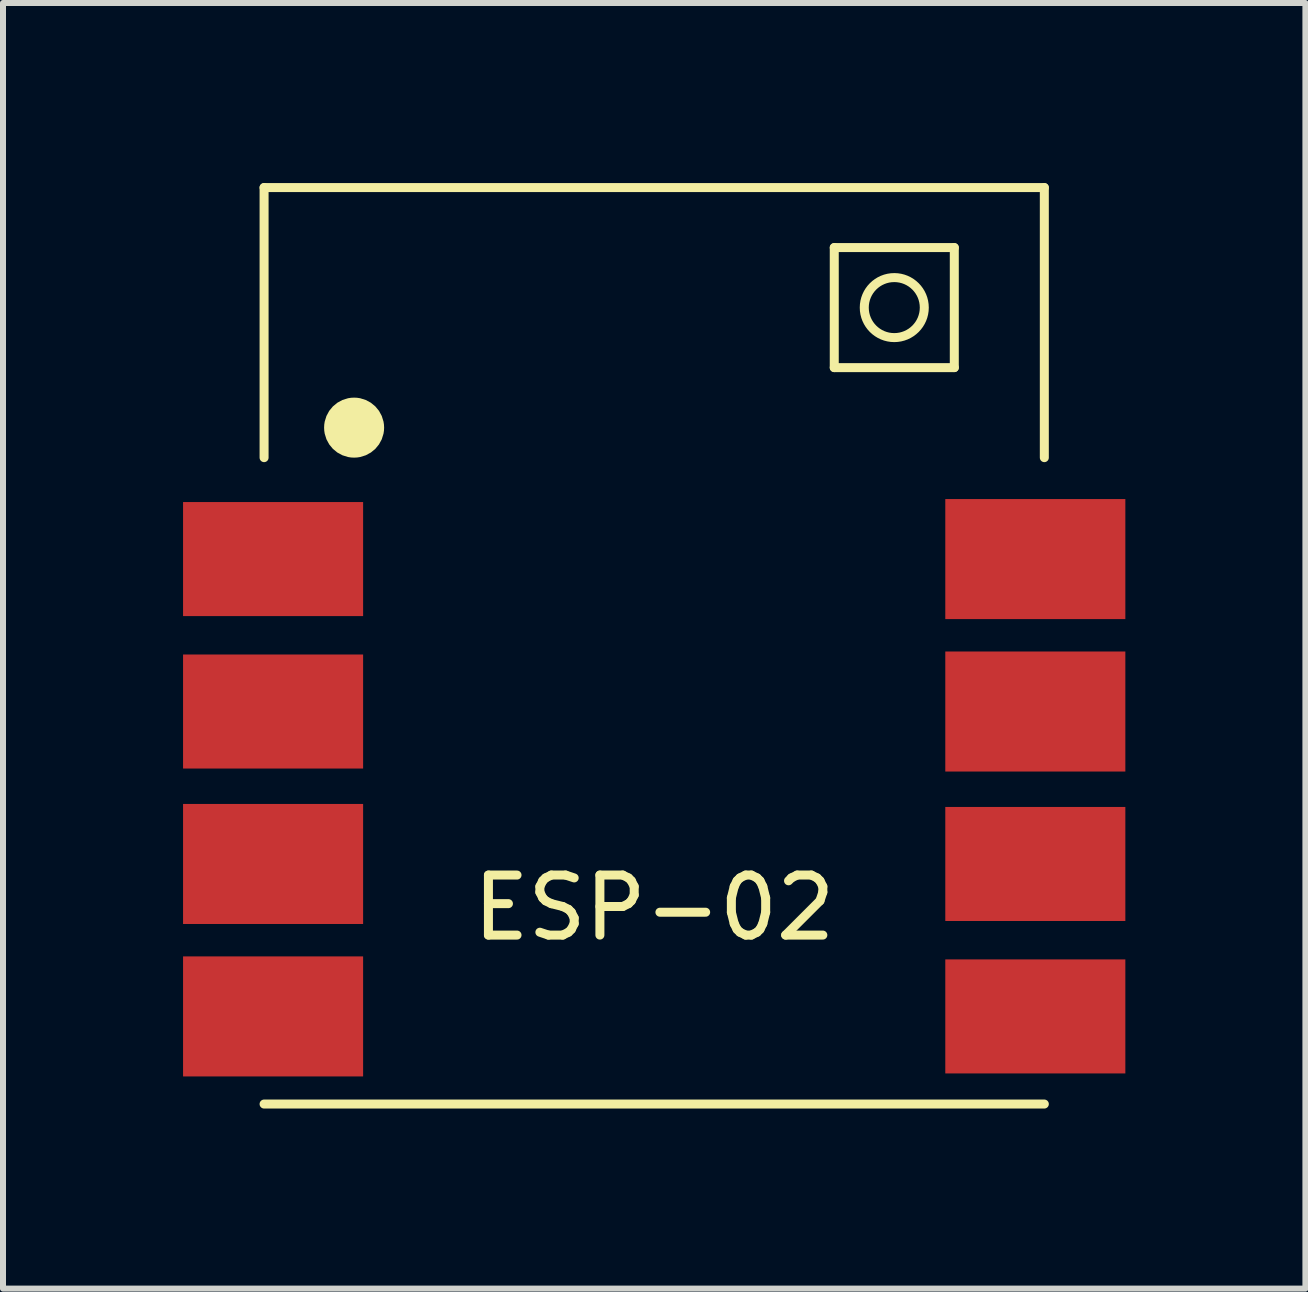
<source format=kicad_pcb>
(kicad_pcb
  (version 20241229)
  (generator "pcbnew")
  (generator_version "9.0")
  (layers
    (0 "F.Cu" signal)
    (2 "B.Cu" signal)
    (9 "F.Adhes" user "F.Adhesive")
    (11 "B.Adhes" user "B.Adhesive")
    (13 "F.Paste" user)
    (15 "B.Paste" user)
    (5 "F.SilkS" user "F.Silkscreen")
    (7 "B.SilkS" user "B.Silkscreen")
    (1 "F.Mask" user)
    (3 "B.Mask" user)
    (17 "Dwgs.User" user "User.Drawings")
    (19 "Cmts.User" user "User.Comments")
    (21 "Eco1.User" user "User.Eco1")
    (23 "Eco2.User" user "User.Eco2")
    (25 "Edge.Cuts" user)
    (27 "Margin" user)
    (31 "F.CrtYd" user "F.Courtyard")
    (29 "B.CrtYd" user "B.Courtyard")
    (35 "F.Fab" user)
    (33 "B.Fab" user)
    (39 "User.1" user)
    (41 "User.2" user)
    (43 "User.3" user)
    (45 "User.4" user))
  (footprint "ESP-02"
    (layer "F.Cu")
    (at 7.85 10.075)
    (property "Reference" "ESP-02" (at 0 2 0) (layer "F.SilkS") (effects (font (size 1 1) (thickness 0.15))))
    (attr through_hole)
    (fp_line (start -6.5 -10) (end -6.5 -5.5) (stroke (width 0.15) (type solid)) (layer "F.SilkS"))
    (fp_line (start -6.5 -10) (end 6.5 -10) (stroke (width 0.15) (type solid)) (layer "F.SilkS"))
    (fp_line (start -6.5 5.27) (end 6.5 5.27) (stroke (width 0.15) (type solid)) (layer "F.SilkS"))
    (fp_line (start 3 -9) (end 3 -7) (stroke (width 0.15) (type solid)) (layer "F.SilkS"))
    (fp_line (start 3 -7) (end 5 -7) (stroke (width 0.15) (type solid)) (layer "F.SilkS"))
    (fp_line (start 5 -9) (end 3 -9) (stroke (width 0.15) (type solid)) (layer "F.SilkS"))
    (fp_line (start 5 -7) (end 5 -9) (stroke (width 0.15) (type solid)) (layer "F.SilkS"))
    (fp_line (start 6.5 -10) (end 6.5 -5.5) (stroke (width 0.15) (type solid)) (layer "F.SilkS"))
    (fp_circle (center -5 -6) (end -5 -5.75) (stroke (width 0.5) (type solid)) (fill no) (layer "F.SilkS"))
    (fp_circle (center 4 -8) (end 4 -7.5) (stroke (width 0.15) (type solid)) (fill no) (layer "F.SilkS"))
    (pad "1" smd rect (at 6.35 3.81) (size 3 1.9) (layers "F.Cu" "F.Mask" "F.Paste"))
    (pad "2" smd rect (at 6.35 1.27) (size 3 1.9) (layers "F.Cu" "F.Mask" "F.Paste"))
    (pad "3" smd rect (at 6.35 -1.27) (size 3 2) (layers "F.Cu" "F.Mask" "F.Paste"))
    (pad "4" smd rect (at 6.35 -3.81) (size 3 2) (layers "F.Cu" "F.Mask" "F.Paste"))
    (pad "5" smd rect (at -6.35 -3.81) (size 3 1.9) (layers "F.Cu" "F.Mask" "F.Paste"))
    (pad "6" smd rect (at -6.35 -1.27) (size 3 1.9) (layers "F.Cu" "F.Mask" "F.Paste"))
    (pad "7" smd rect (at -6.35 1.27) (size 3 2) (layers "F.Cu" "F.Mask" "F.Paste"))
    (pad "8" smd rect (at -6.35 3.81) (size 3 2) (layers "F.Cu" "F.Mask" "F.Paste")))
  (gr_rect
    (start -3 -3)
    (end 18.7 18.42)
    (stroke (width 0.1) (type default))
    (fill no)
    (layer "Edge.Cuts")))
</source>
